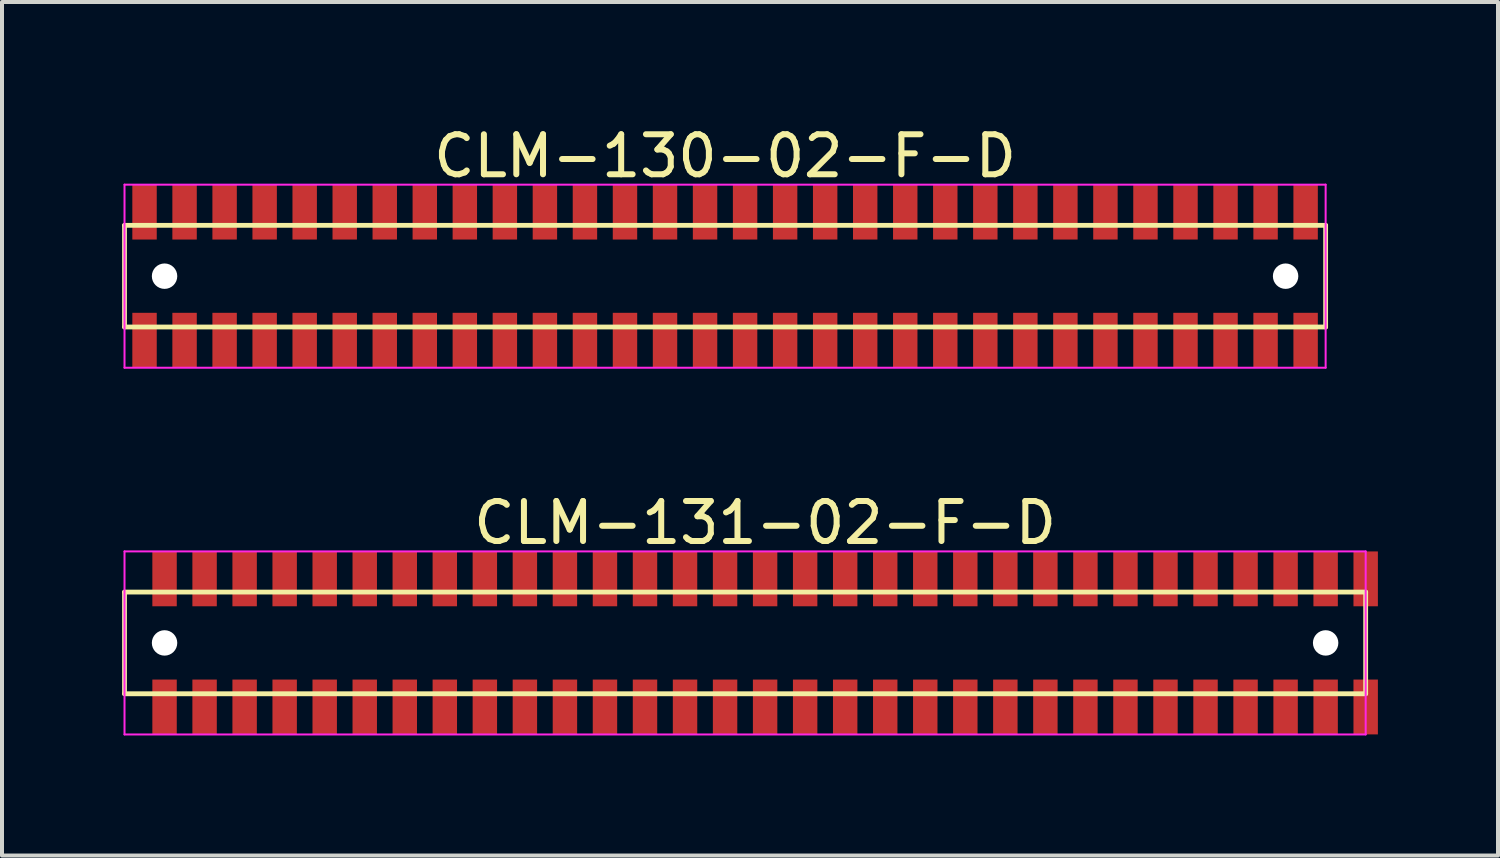
<source format=kicad_pcb>
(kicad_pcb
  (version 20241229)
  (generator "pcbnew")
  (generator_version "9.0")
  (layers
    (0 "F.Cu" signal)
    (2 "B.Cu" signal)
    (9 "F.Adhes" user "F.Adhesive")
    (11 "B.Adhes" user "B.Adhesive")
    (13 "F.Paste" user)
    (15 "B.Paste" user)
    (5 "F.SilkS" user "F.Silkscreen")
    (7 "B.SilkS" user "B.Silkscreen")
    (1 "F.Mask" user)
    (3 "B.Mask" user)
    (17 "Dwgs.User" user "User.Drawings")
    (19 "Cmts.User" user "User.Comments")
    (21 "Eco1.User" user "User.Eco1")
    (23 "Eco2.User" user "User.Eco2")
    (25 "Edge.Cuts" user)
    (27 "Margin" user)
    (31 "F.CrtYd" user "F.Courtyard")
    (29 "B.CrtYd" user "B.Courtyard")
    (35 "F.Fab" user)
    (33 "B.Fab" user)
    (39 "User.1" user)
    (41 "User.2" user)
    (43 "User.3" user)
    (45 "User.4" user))
  (footprint "CLM-130-02-F-D"
    (layer "F.Cu")
    (at 15.06 3.848)
    (property "Reference" "CLM-130-02-F-D" (at 0 -3 0) (layer "F.SilkS") (effects (font (size 1 1) (thickness 0.15))))
    (attr through_hole)
    (fp_line (start -15 -1.27) (end -15 1.27) (stroke (width 0.12) (type solid)) (layer "F.SilkS"))
    (fp_line (start -15 1.27) (end 15 1.27) (stroke (width 0.12) (type solid)) (layer "F.SilkS"))
    (fp_line (start 15 -1.27) (end -15 -1.27) (stroke (width 0.12) (type solid)) (layer "F.SilkS"))
    (fp_line (start 15 1.27) (end 15 -1.27) (stroke (width 0.12) (type solid)) (layer "F.SilkS"))
    (fp_line (start -15 -2.286) (end -15 2.286) (stroke (width 0.05) (type solid)) (layer "F.CrtYd"))
    (fp_line (start -15 2.286) (end 15 2.286) (stroke (width 0.05) (type solid)) (layer "F.CrtYd"))
    (fp_line (start 15 -2.286) (end -15 -2.286) (stroke (width 0.05) (type solid)) (layer "F.CrtYd"))
    (fp_line (start 15 2.286) (end 15 -2.286) (stroke (width 0.05) (type solid)) (layer "F.CrtYd"))
    (pad "" np_thru_hole circle (at -14 0) (size 0.635 0.635) (drill 0.635) (layers "*.Cu" "*.Mask"))
    (pad "" np_thru_hole circle (at 14 0) (size 0.635 0.635) (drill 0.635) (layers "*.Cu" "*.Mask"))
    (pad "1" smd rect (at -14.5 -1.6) (size 0.61 1.37) (layers "F.Cu" "F.Mask" "F.Paste"))
    (pad "2" smd rect (at -14.5 1.6) (size 0.61 1.37) (layers "F.Cu" "F.Mask" "F.Paste"))
    (pad "3" smd rect (at -13.5 -1.6) (size 0.61 1.37) (layers "F.Cu" "F.Mask" "F.Paste"))
    (pad "4" smd rect (at -13.5 1.6) (size 0.61 1.37) (layers "F.Cu" "F.Mask" "F.Paste"))
    (pad "5" smd rect (at -12.5 -1.6) (size 0.61 1.37) (layers "F.Cu" "F.Mask" "F.Paste"))
    (pad "6" smd rect (at -12.5 1.6) (size 0.61 1.37) (layers "F.Cu" "F.Mask" "F.Paste"))
    (pad "7" smd rect (at -11.5 -1.6) (size 0.61 1.37) (layers "F.Cu" "F.Mask" "F.Paste"))
    (pad "8" smd rect (at -11.5 1.6) (size 0.61 1.37) (layers "F.Cu" "F.Mask" "F.Paste"))
    (pad "9" smd rect (at -10.5 -1.6) (size 0.61 1.37) (layers "F.Cu" "F.Mask" "F.Paste"))
    (pad "10" smd rect (at -10.5 1.6) (size 0.61 1.37) (layers "F.Cu" "F.Mask" "F.Paste"))
    (pad "11" smd rect (at -9.5 -1.6) (size 0.61 1.37) (layers "F.Cu" "F.Mask" "F.Paste"))
    (pad "12" smd rect (at -9.5 1.6) (size 0.61 1.37) (layers "F.Cu" "F.Mask" "F.Paste"))
    (pad "13" smd rect (at -8.5 -1.6) (size 0.61 1.37) (layers "F.Cu" "F.Mask" "F.Paste"))
    (pad "14" smd rect (at -8.5 1.6) (size 0.61 1.37) (layers "F.Cu" "F.Mask" "F.Paste"))
    (pad "15" smd rect (at -7.5 -1.6) (size 0.61 1.37) (layers "F.Cu" "F.Mask" "F.Paste"))
    (pad "16" smd rect (at -7.5 1.6) (size 0.61 1.37) (layers "F.Cu" "F.Mask" "F.Paste"))
    (pad "17" smd rect (at -6.5 -1.6) (size 0.61 1.37) (layers "F.Cu" "F.Mask" "F.Paste"))
    (pad "18" smd rect (at -6.5 1.6) (size 0.61 1.37) (layers "F.Cu" "F.Mask" "F.Paste"))
    (pad "19" smd rect (at -5.5 -1.6) (size 0.61 1.37) (layers "F.Cu" "F.Mask" "F.Paste"))
    (pad "20" smd rect (at -5.5 1.6) (size 0.61 1.37) (layers "F.Cu" "F.Mask" "F.Paste"))
    (pad "21" smd rect (at -4.5 -1.6) (size 0.61 1.37) (layers "F.Cu" "F.Mask" "F.Paste"))
    (pad "22" smd rect (at -4.5 1.6) (size 0.61 1.37) (layers "F.Cu" "F.Mask" "F.Paste"))
    (pad "23" smd rect (at -3.5 -1.6) (size 0.61 1.37) (layers "F.Cu" "F.Mask" "F.Paste"))
    (pad "24" smd rect (at -3.5 1.6) (size 0.61 1.37) (layers "F.Cu" "F.Mask" "F.Paste"))
    (pad "25" smd rect (at -2.5 -1.6) (size 0.61 1.37) (layers "F.Cu" "F.Mask" "F.Paste"))
    (pad "26" smd rect (at -2.5 1.6) (size 0.61 1.37) (layers "F.Cu" "F.Mask" "F.Paste"))
    (pad "27" smd rect (at -1.5 -1.6) (size 0.61 1.37) (layers "F.Cu" "F.Mask" "F.Paste"))
    (pad "28" smd rect (at -1.5 1.6) (size 0.61 1.37) (layers "F.Cu" "F.Mask" "F.Paste"))
    (pad "29" smd rect (at -0.5 -1.6) (size 0.61 1.37) (layers "F.Cu" "F.Mask" "F.Paste"))
    (pad "30" smd rect (at -0.5 1.6) (size 0.61 1.37) (layers "F.Cu" "F.Mask" "F.Paste"))
    (pad "31" smd rect (at 0.5 -1.6) (size 0.61 1.37) (layers "F.Cu" "F.Mask" "F.Paste"))
    (pad "32" smd rect (at 0.5 1.6) (size 0.61 1.37) (layers "F.Cu" "F.Mask" "F.Paste"))
    (pad "33" smd rect (at 1.5 -1.6) (size 0.61 1.37) (layers "F.Cu" "F.Mask" "F.Paste"))
    (pad "34" smd rect (at 1.5 1.6) (size 0.61 1.37) (layers "F.Cu" "F.Mask" "F.Paste"))
    (pad "35" smd rect (at 2.5 -1.6) (size 0.61 1.37) (layers "F.Cu" "F.Mask" "F.Paste"))
    (pad "36" smd rect (at 2.5 1.6) (size 0.61 1.37) (layers "F.Cu" "F.Mask" "F.Paste"))
    (pad "37" smd rect (at 3.5 -1.6) (size 0.61 1.37) (layers "F.Cu" "F.Mask" "F.Paste"))
    (pad "38" smd rect (at 3.5 1.6) (size 0.61 1.37) (layers "F.Cu" "F.Mask" "F.Paste"))
    (pad "39" smd rect (at 4.5 -1.6) (size 0.61 1.37) (layers "F.Cu" "F.Mask" "F.Paste"))
    (pad "40" smd rect (at 4.5 1.6) (size 0.61 1.37) (layers "F.Cu" "F.Mask" "F.Paste"))
    (pad "41" smd rect (at 5.5 -1.6) (size 0.61 1.37) (layers "F.Cu" "F.Mask" "F.Paste"))
    (pad "42" smd rect (at 5.5 1.6) (size 0.61 1.37) (layers "F.Cu" "F.Mask" "F.Paste"))
    (pad "43" smd rect (at 6.5 -1.6) (size 0.61 1.37) (layers "F.Cu" "F.Mask" "F.Paste"))
    (pad "44" smd rect (at 6.5 1.6) (size 0.61 1.37) (layers "F.Cu" "F.Mask" "F.Paste"))
    (pad "45" smd rect (at 7.5 -1.6) (size 0.61 1.37) (layers "F.Cu" "F.Mask" "F.Paste"))
    (pad "46" smd rect (at 7.5 1.6) (size 0.61 1.37) (layers "F.Cu" "F.Mask" "F.Paste"))
    (pad "47" smd rect (at 8.5 -1.6) (size 0.61 1.37) (layers "F.Cu" "F.Mask" "F.Paste"))
    (pad "48" smd rect (at 8.5 1.6) (size 0.61 1.37) (layers "F.Cu" "F.Mask" "F.Paste"))
    (pad "49" smd rect (at 9.5 -1.6) (size 0.61 1.37) (layers "F.Cu" "F.Mask" "F.Paste"))
    (pad "50" smd rect (at 9.5 1.6) (size 0.61 1.37) (layers "F.Cu" "F.Mask" "F.Paste"))
    (pad "51" smd rect (at 10.5 -1.6) (size 0.61 1.37) (layers "F.Cu" "F.Mask" "F.Paste"))
    (pad "52" smd rect (at 10.5 1.6) (size 0.61 1.37) (layers "F.Cu" "F.Mask" "F.Paste"))
    (pad "53" smd rect (at 11.5 -1.6) (size 0.61 1.37) (layers "F.Cu" "F.Mask" "F.Paste"))
    (pad "54" smd rect (at 11.5 1.6) (size 0.61 1.37) (layers "F.Cu" "F.Mask" "F.Paste"))
    (pad "55" smd rect (at 12.5 -1.6) (size 0.61 1.37) (layers "F.Cu" "F.Mask" "F.Paste"))
    (pad "56" smd rect (at 12.5 1.6) (size 0.61 1.37) (layers "F.Cu" "F.Mask" "F.Paste"))
    (pad "57" smd rect (at 13.5 -1.6) (size 0.61 1.37) (layers "F.Cu" "F.Mask" "F.Paste"))
    (pad "58" smd rect (at 13.5 1.6) (size 0.61 1.37) (layers "F.Cu" "F.Mask" "F.Paste"))
    (pad "59" smd rect (at 14.5 -1.6) (size 0.61 1.37) (layers "F.Cu" "F.Mask" "F.Paste"))
    (pad "60" smd rect (at 14.5 1.6) (size 0.61 1.37) (layers "F.Cu" "F.Mask" "F.Paste")))
  (footprint "CLM-131-02-F-D"
    (layer "F.Cu")
    (at 16.06 13.008)
    (property "Reference" "CLM-131-02-F-D" (at 0 -3 0) (layer "F.SilkS") (effects (font (size 1 1) (thickness 0.15))))
    (attr through_hole)
    (fp_line (start -16 -1.27) (end -16 1.27) (stroke (width 0.12) (type solid)) (layer "F.SilkS"))
    (fp_line (start -16 1.27) (end 15 1.27) (stroke (width 0.12) (type solid)) (layer "F.SilkS"))
    (fp_line (start 15 -1.27) (end -16 -1.27) (stroke (width 0.12) (type solid)) (layer "F.SilkS"))
    (fp_line (start 15 1.27) (end 15 -1.27) (stroke (width 0.12) (type solid)) (layer "F.SilkS"))
    (fp_line (start -16 -2.286) (end -16 2.286) (stroke (width 0.05) (type solid)) (layer "F.CrtYd"))
    (fp_line (start -16 2.286) (end 15 2.286) (stroke (width 0.05) (type solid)) (layer "F.CrtYd"))
    (fp_line (start 15 -2.286) (end -16 -2.286) (stroke (width 0.05) (type solid)) (layer "F.CrtYd"))
    (fp_line (start 15 2.286) (end 15 -2.286) (stroke (width 0.05) (type solid)) (layer "F.CrtYd"))
    (pad "" np_thru_hole circle (at -15 0) (size 0.635 0.635) (drill 0.635) (layers "*.Cu" "*.Mask"))
    (pad "" np_thru_hole circle (at 14 0) (size 0.635 0.635) (drill 0.635) (layers "*.Cu" "*.Mask"))
    (pad "1" smd rect (at -15 -1.6) (size 0.61 1.37) (layers "F.Cu" "F.Mask" "F.Paste"))
    (pad "2" smd rect (at -15 1.6) (size 0.61 1.37) (layers "F.Cu" "F.Mask" "F.Paste"))
    (pad "3" smd rect (at -14 -1.6) (size 0.61 1.37) (layers "F.Cu" "F.Mask" "F.Paste"))
    (pad "4" smd rect (at -14 1.6) (size 0.61 1.37) (layers "F.Cu" "F.Mask" "F.Paste"))
    (pad "5" smd rect (at -13 -1.6) (size 0.61 1.37) (layers "F.Cu" "F.Mask" "F.Paste"))
    (pad "6" smd rect (at -13 1.6) (size 0.61 1.37) (layers "F.Cu" "F.Mask" "F.Paste"))
    (pad "7" smd rect (at -12 -1.6) (size 0.61 1.37) (layers "F.Cu" "F.Mask" "F.Paste"))
    (pad "8" smd rect (at -12 1.6) (size 0.61 1.37) (layers "F.Cu" "F.Mask" "F.Paste"))
    (pad "9" smd rect (at -11 -1.6) (size 0.61 1.37) (layers "F.Cu" "F.Mask" "F.Paste"))
    (pad "10" smd rect (at -11 1.6) (size 0.61 1.37) (layers "F.Cu" "F.Mask" "F.Paste"))
    (pad "11" smd rect (at -10 -1.6) (size 0.61 1.37) (layers "F.Cu" "F.Mask" "F.Paste"))
    (pad "12" smd rect (at -10 1.6) (size 0.61 1.37) (layers "F.Cu" "F.Mask" "F.Paste"))
    (pad "13" smd rect (at -9 -1.6) (size 0.61 1.37) (layers "F.Cu" "F.Mask" "F.Paste"))
    (pad "14" smd rect (at -9 1.6) (size 0.61 1.37) (layers "F.Cu" "F.Mask" "F.Paste"))
    (pad "15" smd rect (at -8 -1.6) (size 0.61 1.37) (layers "F.Cu" "F.Mask" "F.Paste"))
    (pad "16" smd rect (at -8 1.6) (size 0.61 1.37) (layers "F.Cu" "F.Mask" "F.Paste"))
    (pad "17" smd rect (at -7 -1.6) (size 0.61 1.37) (layers "F.Cu" "F.Mask" "F.Paste"))
    (pad "18" smd rect (at -7 1.6) (size 0.61 1.37) (layers "F.Cu" "F.Mask" "F.Paste"))
    (pad "19" smd rect (at -6 -1.6) (size 0.61 1.37) (layers "F.Cu" "F.Mask" "F.Paste"))
    (pad "20" smd rect (at -6 1.6) (size 0.61 1.37) (layers "F.Cu" "F.Mask" "F.Paste"))
    (pad "21" smd rect (at -5 -1.6) (size 0.61 1.37) (layers "F.Cu" "F.Mask" "F.Paste"))
    (pad "22" smd rect (at -5 1.6) (size 0.61 1.37) (layers "F.Cu" "F.Mask" "F.Paste"))
    (pad "23" smd rect (at -4 -1.6) (size 0.61 1.37) (layers "F.Cu" "F.Mask" "F.Paste"))
    (pad "24" smd rect (at -4 1.6) (size 0.61 1.37) (layers "F.Cu" "F.Mask" "F.Paste"))
    (pad "25" smd rect (at -3 -1.6) (size 0.61 1.37) (layers "F.Cu" "F.Mask" "F.Paste"))
    (pad "26" smd rect (at -3 1.6) (size 0.61 1.37) (layers "F.Cu" "F.Mask" "F.Paste"))
    (pad "27" smd rect (at -2 -1.6) (size 0.61 1.37) (layers "F.Cu" "F.Mask" "F.Paste"))
    (pad "28" smd rect (at -2 1.6) (size 0.61 1.37) (layers "F.Cu" "F.Mask" "F.Paste"))
    (pad "29" smd rect (at -1 -1.6) (size 0.61 1.37) (layers "F.Cu" "F.Mask" "F.Paste"))
    (pad "30" smd rect (at -1 1.6) (size 0.61 1.37) (layers "F.Cu" "F.Mask" "F.Paste"))
    (pad "31" smd rect (at 0 -1.6) (size 0.61 1.37) (layers "F.Cu" "F.Mask" "F.Paste"))
    (pad "32" smd rect (at 0 1.6) (size 0.61 1.37) (layers "F.Cu" "F.Mask" "F.Paste"))
    (pad "33" smd rect (at 1 -1.6) (size 0.61 1.37) (layers "F.Cu" "F.Mask" "F.Paste"))
    (pad "34" smd rect (at 1 1.6) (size 0.61 1.37) (layers "F.Cu" "F.Mask" "F.Paste"))
    (pad "35" smd rect (at 2 -1.6) (size 0.61 1.37) (layers "F.Cu" "F.Mask" "F.Paste"))
    (pad "36" smd rect (at 2 1.6) (size 0.61 1.37) (layers "F.Cu" "F.Mask" "F.Paste"))
    (pad "37" smd rect (at 3 -1.6) (size 0.61 1.37) (layers "F.Cu" "F.Mask" "F.Paste"))
    (pad "38" smd rect (at 3 1.6) (size 0.61 1.37) (layers "F.Cu" "F.Mask" "F.Paste"))
    (pad "39" smd rect (at 4 -1.6) (size 0.61 1.37) (layers "F.Cu" "F.Mask" "F.Paste"))
    (pad "40" smd rect (at 4 1.6) (size 0.61 1.37) (layers "F.Cu" "F.Mask" "F.Paste"))
    (pad "41" smd rect (at 5 -1.6) (size 0.61 1.37) (layers "F.Cu" "F.Mask" "F.Paste"))
    (pad "42" smd rect (at 5 1.6) (size 0.61 1.37) (layers "F.Cu" "F.Mask" "F.Paste"))
    (pad "43" smd rect (at 6 -1.6) (size 0.61 1.37) (layers "F.Cu" "F.Mask" "F.Paste"))
    (pad "44" smd rect (at 6 1.6) (size 0.61 1.37) (layers "F.Cu" "F.Mask" "F.Paste"))
    (pad "45" smd rect (at 7 -1.6) (size 0.61 1.37) (layers "F.Cu" "F.Mask" "F.Paste"))
    (pad "46" smd rect (at 7 1.6) (size 0.61 1.37) (layers "F.Cu" "F.Mask" "F.Paste"))
    (pad "47" smd rect (at 8 -1.6) (size 0.61 1.37) (layers "F.Cu" "F.Mask" "F.Paste"))
    (pad "48" smd rect (at 8 1.6) (size 0.61 1.37) (layers "F.Cu" "F.Mask" "F.Paste"))
    (pad "49" smd rect (at 9 -1.6) (size 0.61 1.37) (layers "F.Cu" "F.Mask" "F.Paste"))
    (pad "50" smd rect (at 9 1.6) (size 0.61 1.37) (layers "F.Cu" "F.Mask" "F.Paste"))
    (pad "51" smd rect (at 10 -1.6) (size 0.61 1.37) (layers "F.Cu" "F.Mask" "F.Paste"))
    (pad "52" smd rect (at 10 1.6) (size 0.61 1.37) (layers "F.Cu" "F.Mask" "F.Paste"))
    (pad "53" smd rect (at 11 -1.6) (size 0.61 1.37) (layers "F.Cu" "F.Mask" "F.Paste"))
    (pad "54" smd rect (at 11 1.6) (size 0.61 1.37) (layers "F.Cu" "F.Mask" "F.Paste"))
    (pad "55" smd rect (at 12 -1.6) (size 0.61 1.37) (layers "F.Cu" "F.Mask" "F.Paste"))
    (pad "56" smd rect (at 12 1.6) (size 0.61 1.37) (layers "F.Cu" "F.Mask" "F.Paste"))
    (pad "57" smd rect (at 13 -1.6) (size 0.61 1.37) (layers "F.Cu" "F.Mask" "F.Paste"))
    (pad "58" smd rect (at 13 1.6) (size 0.61 1.37) (layers "F.Cu" "F.Mask" "F.Paste"))
    (pad "59" smd rect (at 14 -1.6) (size 0.61 1.37) (layers "F.Cu" "F.Mask" "F.Paste"))
    (pad "60" smd rect (at 14 1.6) (size 0.61 1.37) (layers "F.Cu" "F.Mask" "F.Paste"))
    (pad "61" smd rect (at 15 -1.6) (size 0.61 1.37) (layers "F.Cu" "F.Mask" "F.Paste"))
    (pad "62" smd rect (at 15 1.6) (size 0.61 1.37) (layers "F.Cu" "F.Mask" "F.Paste")))
  (gr_rect
    (start -3 -3)
    (end 34.365 18.319)
    (stroke (width 0.1) (type default))
    (fill no)
    (layer "Edge.Cuts")))
</source>
